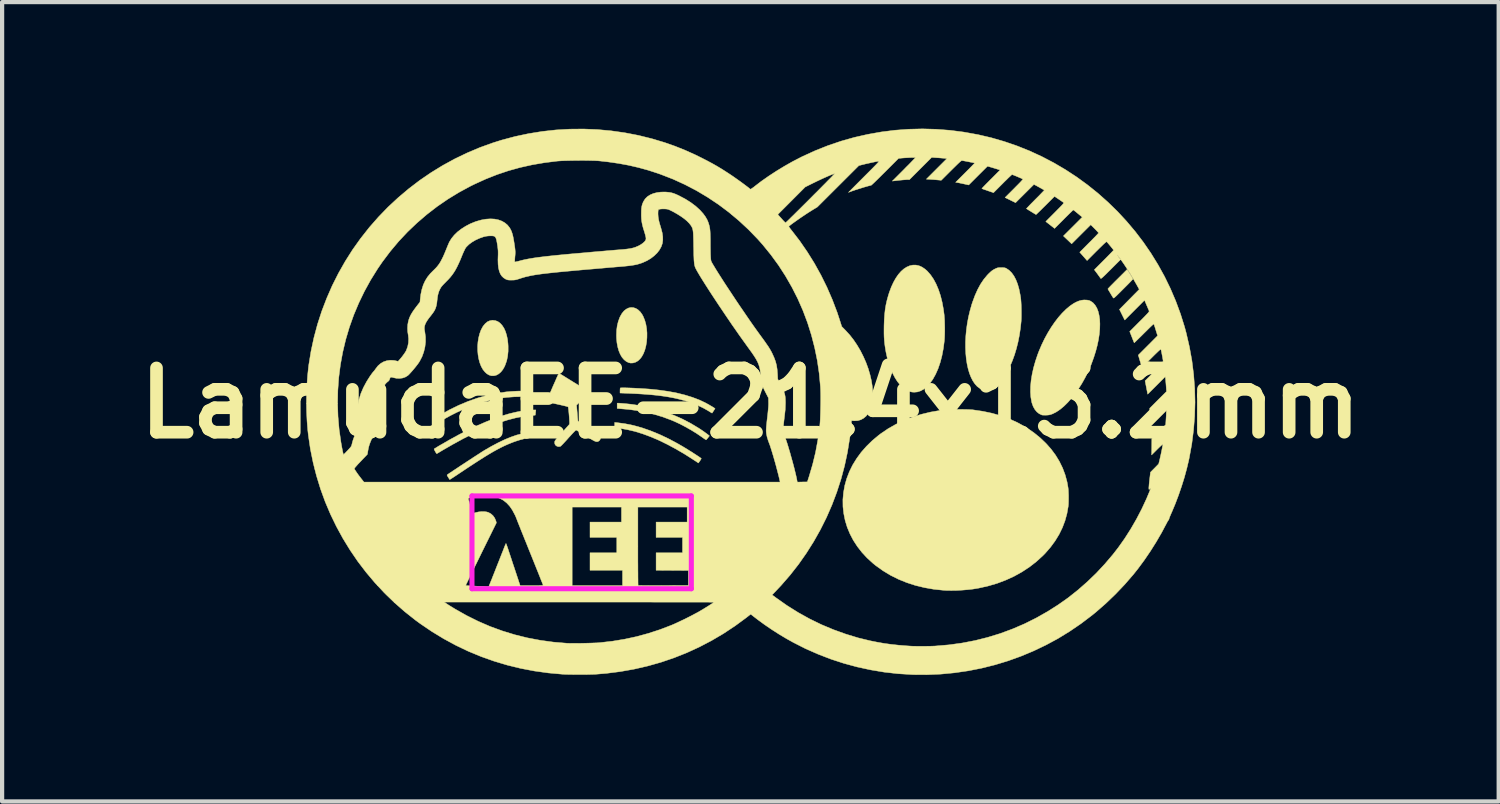
<source format=kicad_pcb>
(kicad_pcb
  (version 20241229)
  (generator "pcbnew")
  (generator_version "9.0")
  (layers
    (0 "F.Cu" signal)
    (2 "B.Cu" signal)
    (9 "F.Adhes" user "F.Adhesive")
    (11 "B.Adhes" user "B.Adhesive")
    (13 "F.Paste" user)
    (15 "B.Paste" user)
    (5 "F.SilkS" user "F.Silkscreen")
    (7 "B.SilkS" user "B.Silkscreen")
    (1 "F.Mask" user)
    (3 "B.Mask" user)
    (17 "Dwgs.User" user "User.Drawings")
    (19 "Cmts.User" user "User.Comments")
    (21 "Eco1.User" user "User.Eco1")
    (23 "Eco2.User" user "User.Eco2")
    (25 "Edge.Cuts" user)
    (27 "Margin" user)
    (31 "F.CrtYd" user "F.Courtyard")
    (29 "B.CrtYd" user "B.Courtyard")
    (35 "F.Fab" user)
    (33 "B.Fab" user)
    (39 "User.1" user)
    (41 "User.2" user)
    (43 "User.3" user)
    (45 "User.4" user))
  (footprint "LamudaEE-21.4x13.2mm"
    (layer "F.Cu")
    (at 14.739 6.507)
    (property "Reference" "LamudaEE-21.4x13.2mm" (at 0 0 0) (layer "F.SilkS") (effects (font (size 1.524 1.524) (thickness 0.3))))
    (attr exclude_from_pos_files exclude_from_bom)
    (fp_poly (pts (xy -3.164 0.462) (xy -2.971 0.488) (xy -2.773 0.528) (xy -2.571 0.584) (xy -2.365 0.656) (xy -2.153 0.743) (xy -1.936 0.846) (xy -1.714 0.965) (xy -1.56 1.055) (xy -1.512 1.084) (xy -1.46 1.117) (xy -1.406 1.15) (xy -1.354 1.184) (xy -1.304 1.216) (xy -1.258 1.246) (xy -1.22 1.271) (xy -1.19 1.292) (xy -1.171 1.306) (xy -1.165 1.311) (xy -1.167 1.321) (xy -1.178 1.34) (xy -1.194 1.365) (xy -1.196 1.368) (xy -1.232 1.419) (xy -1.359 1.335) (xy -1.567 1.203) (xy -1.773 1.083) (xy -1.975 0.975) (xy -2.172 0.879) (xy -2.365 0.797) (xy -2.551 0.728) (xy -2.731 0.672) (xy -2.904 0.631) (xy -3.025 0.609) (xy -3.071 0.603) (xy -3.115 0.598) (xy -3.151 0.594) (xy -3.176 0.593) (xy -3.177 0.593) (xy -3.217 0.593) (xy -3.217 0.457) (xy -3.164 0.462)) (stroke (width 0.01) (type solid)) (fill yes) (layer "F.SilkS"))
    (fp_poly (pts (xy -2.771 -2.264) (xy -2.714 -2.245) (xy -2.66 -2.211) (xy -2.609 -2.162) (xy -2.563 -2.097) (xy -2.54 -2.053) (xy -2.504 -1.965) (xy -2.477 -1.869) (xy -2.46 -1.768) (xy -2.451 -1.663) (xy -2.452 -1.557) (xy -2.46 -1.453) (xy -2.477 -1.353) (xy -2.502 -1.259) (xy -2.535 -1.174) (xy -2.576 -1.1) (xy -2.615 -1.05) (xy -2.665 -1.003) (xy -2.721 -0.971) (xy -2.779 -0.953) (xy -2.838 -0.95) (xy -2.884 -0.96) (xy -2.942 -0.988) (xy -2.995 -1.031) (xy -3.043 -1.087) (xy -3.084 -1.157) (xy -3.118 -1.238) (xy -3.144 -1.329) (xy -3.163 -1.429) (xy -3.173 -1.537) (xy -3.175 -1.607) (xy -3.171 -1.726) (xy -3.157 -1.834) (xy -3.133 -1.932) (xy -3.1 -2.024) (xy -3.085 -2.056) (xy -3.043 -2.129) (xy -2.995 -2.187) (xy -2.942 -2.229) (xy -2.887 -2.256) (xy -2.829 -2.268) (xy -2.771 -2.264)) (stroke (width 0.01) (type solid)) (fill yes) (layer "F.SilkS"))
    (fp_poly (pts (xy 8.968 -3.111) (xy 9.002 -3.057) (xy 9.03 -3.012) (xy 9.05 -2.976) (xy 9.063 -2.952) (xy 9.068 -2.941) (xy 9.062 -2.934) (xy 9.046 -2.916) (xy 9.02 -2.888) (xy 8.986 -2.853) (xy 8.945 -2.811) (xy 8.899 -2.765) (xy 8.848 -2.714) (xy 8.84 -2.706) (xy 8.782 -2.648) (xy 8.735 -2.601) (xy 8.697 -2.564) (xy 8.667 -2.535) (xy 8.645 -2.515) (xy 8.629 -2.501) (xy 8.618 -2.494) (xy 8.611 -2.491) (xy 8.606 -2.492) (xy 8.602 -2.495) (xy 8.6 -2.499) (xy 8.58 -2.53) (xy 8.558 -2.566) (xy 8.536 -2.603) (xy 8.515 -2.639) (xy 8.496 -2.67) (xy 8.483 -2.693) (xy 8.476 -2.707) (xy 8.475 -2.708) (xy 8.481 -2.715) (xy 8.497 -2.733) (xy 8.523 -2.76) (xy 8.557 -2.795) (xy 8.598 -2.836) (xy 8.644 -2.883) (xy 8.695 -2.933) (xy 8.703 -2.941) (xy 8.931 -3.169) (xy 8.968 -3.111)) (stroke (width 0.01) (type solid)) (fill yes) (layer "F.SilkS"))
    (fp_poly (pts (xy -6.042 -1.956) (xy -5.984 -1.933) (xy -5.931 -1.894) (xy -5.884 -1.842) (xy -5.842 -1.778) (xy -5.807 -1.701) (xy -5.779 -1.612) (xy -5.758 -1.514) (xy -5.746 -1.407) (xy -5.743 -1.355) (xy -5.743 -1.228) (xy -5.755 -1.112) (xy -5.777 -1.005) (xy -5.812 -0.906) (xy -5.828 -0.868) (xy -5.868 -0.797) (xy -5.914 -0.739) (xy -5.966 -0.694) (xy -6.02 -0.664) (xy -6.078 -0.649) (xy -6.137 -0.649) (xy -6.147 -0.651) (xy -6.199 -0.668) (xy -6.248 -0.698) (xy -6.291 -0.737) (xy -6.34 -0.797) (xy -6.381 -0.87) (xy -6.414 -0.954) (xy -6.439 -1.046) (xy -6.456 -1.144) (xy -6.465 -1.246) (xy -6.466 -1.349) (xy -6.458 -1.452) (xy -6.442 -1.551) (xy -6.418 -1.646) (xy -6.386 -1.733) (xy -6.345 -1.81) (xy -6.33 -1.832) (xy -6.283 -1.888) (xy -6.233 -1.929) (xy -6.179 -1.953) (xy -6.119 -1.964) (xy -6.104 -1.964) (xy -6.042 -1.956)) (stroke (width 0.01) (type solid)) (fill yes) (layer "F.SilkS"))
    (fp_poly (pts (xy -5.304 -0.285) (xy -5.29 -0.284) (xy -5.19 -0.278) (xy -5.19 -0.226) (xy -5.191 -0.197) (xy -5.194 -0.174) (xy -5.197 -0.164) (xy -5.206 -0.161) (xy -5.23 -0.158) (xy -5.269 -0.156) (xy -5.324 -0.155) (xy -5.396 -0.155) (xy -5.41 -0.155) (xy -5.598 -0.15) (xy -5.776 -0.137) (xy -5.949 -0.114) (xy -6.122 -0.08) (xy -6.3 -0.035) (xy -6.409 -0.003) (xy -6.543 0.042) (xy -6.684 0.096) (xy -6.829 0.158) (xy -6.973 0.225) (xy -7.111 0.295) (xy -7.24 0.366) (xy -7.241 0.367) (xy -7.349 0.43) (xy -7.383 0.374) (xy -7.416 0.319) (xy -7.351 0.279) (xy -7.136 0.159) (xy -6.916 0.052) (xy -6.693 -0.042) (xy -6.467 -0.121) (xy -6.24 -0.185) (xy -6.013 -0.234) (xy -5.789 -0.267) (xy -5.752 -0.27) (xy -5.681 -0.276) (xy -5.602 -0.281) (xy -5.52 -0.285) (xy -5.44 -0.286) (xy -5.367 -0.286) (xy -5.304 -0.285)) (stroke (width 0.01) (type solid)) (fill yes) (layer "F.SilkS"))
    (fp_poly (pts (xy -3.131 0.000088) (xy -3.103 0.001) (xy -3.063 0.004) (xy -3.013 0.008) (xy -2.957 0.013) (xy -2.899 0.019) (xy -2.842 0.025) (xy -2.794 0.031) (xy -2.55 0.069) (xy -2.31 0.122) (xy -2.075 0.191) (xy -1.846 0.274) (xy -1.625 0.37) (xy -1.412 0.481) (xy -1.208 0.604) (xy -1.121 0.663) (xy -1.084 0.689) (xy -1.049 0.715) (xy -1.02 0.736) (xy -1.001 0.751) (xy -1 0.752) (xy -0.971 0.776) (xy -1.007 0.822) (xy -1.026 0.845) (xy -1.041 0.862) (xy -1.049 0.87) (xy -1.049 0.87) (xy -1.057 0.866) (xy -1.077 0.854) (xy -1.105 0.835) (xy -1.139 0.811) (xy -1.16 0.796) (xy -1.279 0.715) (xy -1.41 0.635) (xy -1.547 0.558) (xy -1.686 0.486) (xy -1.822 0.424) (xy -1.88 0.4) (xy -2.07 0.329) (xy -2.271 0.268) (xy -2.477 0.217) (xy -2.684 0.177) (xy -2.888 0.149) (xy -2.993 0.14) (xy -3.034 0.137) (xy -3.075 0.133) (xy -3.109 0.13) (xy -3.109 0.13) (xy -3.158 0.125) (xy -3.158 0) (xy -3.131 0.000088)) (stroke (width 0.01) (type solid)) (fill yes) (layer "F.SilkS"))
    (fp_poly (pts (xy -2.961 -0.363) (xy -2.903 -0.361) (xy -2.837 -0.359) (xy -2.766 -0.356) (xy -2.691 -0.352) (xy -2.614 -0.348) (xy -2.537 -0.343) (xy -2.463 -0.338) (xy -2.413 -0.335) (xy -2.176 -0.311) (xy -1.954 -0.28) (xy -1.746 -0.241) (xy -1.552 -0.193) (xy -1.372 -0.137) (xy -1.204 -0.073) (xy -1.05 0.001) (xy -0.908 0.082) (xy -0.899 0.088) (xy -0.837 0.128) (xy -0.852 0.151) (xy -0.878 0.191) (xy -0.897 0.219) (xy -0.907 0.234) (xy -0.909 0.237) (xy -0.916 0.232) (xy -0.935 0.221) (xy -0.961 0.205) (xy -0.978 0.194) (xy -1.101 0.123) (xy -1.238 0.057) (xy -1.384 -0.002) (xy -1.535 -0.053) (xy -1.568 -0.062) (xy -1.684 -0.093) (xy -1.805 -0.121) (xy -1.932 -0.145) (xy -2.066 -0.166) (xy -2.209 -0.185) (xy -2.363 -0.2) (xy -2.529 -0.213) (xy -2.708 -0.224) (xy -2.903 -0.233) (xy -2.932 -0.234) (xy -3.09 -0.24) (xy -3.09 -0.295) (xy -3.089 -0.325) (xy -3.087 -0.349) (xy -3.084 -0.36) (xy -3.074 -0.362) (xy -3.049 -0.363) (xy -3.011 -0.364) (xy -2.961 -0.363)) (stroke (width 0.01) (type solid)) (fill yes) (layer "F.SilkS"))
    (fp_poly (pts (xy -5.092 0.222) (xy -5.095 0.252) (xy -5.097 0.274) (xy -5.099 0.284) (xy -5.099 0.284) (xy -5.108 0.285) (xy -5.13 0.288) (xy -5.164 0.291) (xy -5.204 0.294) (xy -5.221 0.295) (xy -5.387 0.315) (xy -5.563 0.349) (xy -5.748 0.397) (xy -5.942 0.458) (xy -6.145 0.534) (xy -6.358 0.623) (xy -6.581 0.727) (xy -6.812 0.844) (xy -7.053 0.976) (xy -7.303 1.12) (xy -7.344 1.145) (xy -7.381 1.167) (xy -7.409 1.184) (xy -7.428 1.195) (xy -7.434 1.199) (xy -7.441 1.193) (xy -7.453 1.176) (xy -7.468 1.152) (xy -7.471 1.146) (xy -7.486 1.119) (xy -7.495 1.097) (xy -7.497 1.085) (xy -7.496 1.084) (xy -7.487 1.078) (xy -7.465 1.065) (xy -7.434 1.046) (xy -7.396 1.022) (xy -7.353 0.997) (xy -7.122 0.864) (xy -6.897 0.741) (xy -6.678 0.63) (xy -6.468 0.53) (xy -6.265 0.442) (xy -6.071 0.365) (xy -5.885 0.301) (xy -5.71 0.249) (xy -5.544 0.21) (xy -5.464 0.195) (xy -5.389 0.184) (xy -5.315 0.174) (xy -5.244 0.167) (xy -5.181 0.162) (xy -5.137 0.161) (xy -5.086 0.161) (xy -5.092 0.222)) (stroke (width 0.01) (type solid)) (fill yes) (layer "F.SilkS"))
    (fp_poly (pts (xy -5.004 0.731) (xy -5.004 0.764) (xy -5.006 0.783) (xy -5.01 0.793) (xy -5.017 0.796) (xy -5.023 0.796) (xy -5.12 0.802) (xy -5.227 0.817) (xy -5.339 0.839) (xy -5.452 0.868) (xy -5.52 0.889) (xy -5.6 0.916) (xy -5.678 0.946) (xy -5.756 0.978) (xy -5.836 1.014) (xy -5.918 1.054) (xy -6.003 1.099) (xy -6.094 1.149) (xy -6.191 1.206) (xy -6.296 1.27) (xy -6.41 1.342) (xy -6.534 1.422) (xy -6.67 1.511) (xy -6.726 1.548) (xy -6.795 1.594) (xy -6.861 1.638) (xy -6.921 1.678) (xy -6.975 1.714) (xy -7.022 1.745) (xy -7.058 1.769) (xy -7.084 1.785) (xy -7.097 1.794) (xy -7.128 1.813) (xy -7.162 1.759) (xy -7.179 1.732) (xy -7.188 1.715) (xy -7.19 1.705) (xy -7.185 1.698) (xy -7.182 1.695) (xy -7.165 1.683) (xy -7.136 1.663) (xy -7.095 1.636) (xy -7.046 1.603) (xy -6.988 1.565) (xy -6.925 1.523) (xy -6.858 1.478) (xy -6.787 1.432) (xy -6.716 1.385) (xy -6.645 1.339) (xy -6.577 1.294) (xy -6.512 1.252) (xy -6.453 1.214) (xy -6.401 1.18) (xy -6.358 1.152) (xy -6.325 1.132) (xy -6.308 1.121) (xy -6.138 1.023) (xy -5.977 0.938) (xy -5.825 0.865) (xy -5.679 0.805) (xy -5.538 0.756) (xy -5.402 0.719) (xy -5.269 0.692) (xy -5.139 0.675) (xy -5.097 0.672) (xy -5.004 0.666) (xy -5.004 0.731)) (stroke (width 0.01) (type solid)) (fill yes) (layer "F.SilkS"))
    (fp_poly (pts (xy 7.956 -2.445) (xy 7.998 -2.441) (xy 8.03 -2.434) (xy 8.06 -2.421) (xy 8.068 -2.417) (xy 8.125 -2.377) (xy 8.173 -2.322) (xy 8.213 -2.256) (xy 8.244 -2.177) (xy 8.266 -2.087) (xy 8.281 -1.987) (xy 8.286 -1.878) (xy 8.283 -1.761) (xy 8.272 -1.636) (xy 8.252 -1.505) (xy 8.223 -1.368) (xy 8.186 -1.227) (xy 8.14 -1.082) (xy 8.086 -0.934) (xy 8.072 -0.897) (xy 8.007 -0.749) (xy 7.937 -0.607) (xy 7.861 -0.47) (xy 7.78 -0.342) (xy 7.696 -0.222) (xy 7.61 -0.112) (xy 7.521 -0.013) (xy 7.432 0.074) (xy 7.343 0.148) (xy 7.254 0.208) (xy 7.168 0.252) (xy 7.156 0.257) (xy 7.118 0.27) (xy 7.084 0.279) (xy 7.046 0.283) (xy 7.01 0.285) (xy 6.973 0.285) (xy 6.939 0.284) (xy 6.915 0.282) (xy 6.909 0.28) (xy 6.847 0.251) (xy 6.792 0.208) (xy 6.745 0.151) (xy 6.705 0.081) (xy 6.676 0.000372) (xy 6.669 -0.025) (xy 6.649 -0.138) (xy 6.64 -0.261) (xy 6.642 -0.394) (xy 6.655 -0.535) (xy 6.679 -0.683) (xy 6.713 -0.837) (xy 6.758 -0.995) (xy 6.812 -1.156) (xy 6.843 -1.236) (xy 6.907 -1.386) (xy 6.977 -1.531) (xy 7.053 -1.669) (xy 7.133 -1.8) (xy 7.217 -1.922) (xy 7.304 -2.035) (xy 7.393 -2.136) (xy 7.483 -2.225) (xy 7.573 -2.301) (xy 7.662 -2.362) (xy 7.725 -2.396) (xy 7.79 -2.423) (xy 7.849 -2.439) (xy 7.908 -2.446) (xy 7.956 -2.445)) (stroke (width 0.01) (type solid)) (fill yes) (layer "F.SilkS"))
    (fp_poly (pts (xy 3.925 -3.273) (xy 3.998 -3.257) (xy 4.07 -3.225) (xy 4.141 -3.177) (xy 4.194 -3.13) (xy 4.271 -3.042) (xy 4.341 -2.94) (xy 4.403 -2.824) (xy 4.458 -2.694) (xy 4.506 -2.551) (xy 4.545 -2.396) (xy 4.576 -2.229) (xy 4.594 -2.095) (xy 4.599 -2.033) (xy 4.604 -1.958) (xy 4.606 -1.875) (xy 4.608 -1.788) (xy 4.608 -1.702) (xy 4.606 -1.62) (xy 4.603 -1.545) (xy 4.599 -1.484) (xy 4.598 -1.477) (xy 4.574 -1.293) (xy 4.541 -1.12) (xy 4.499 -0.961) (xy 4.449 -0.815) (xy 4.39 -0.682) (xy 4.324 -0.564) (xy 4.316 -0.553) (xy 4.251 -0.463) (xy 4.182 -0.389) (xy 4.111 -0.332) (xy 4.037 -0.291) (xy 3.961 -0.266) (xy 3.883 -0.259) (xy 3.83 -0.263) (xy 3.757 -0.281) (xy 3.686 -0.316) (xy 3.617 -0.367) (xy 3.551 -0.431) (xy 3.488 -0.509) (xy 3.43 -0.599) (xy 3.376 -0.701) (xy 3.327 -0.813) (xy 3.283 -0.936) (xy 3.246 -1.067) (xy 3.215 -1.207) (xy 3.205 -1.264) (xy 3.192 -1.347) (xy 3.182 -1.424) (xy 3.175 -1.497) (xy 3.17 -1.571) (xy 3.168 -1.65) (xy 3.168 -1.738) (xy 3.169 -1.839) (xy 3.169 -1.84) (xy 3.174 -1.979) (xy 3.183 -2.106) (xy 3.196 -2.223) (xy 3.215 -2.335) (xy 3.24 -2.445) (xy 3.271 -2.556) (xy 3.293 -2.625) (xy 3.34 -2.751) (xy 3.392 -2.864) (xy 3.448 -2.964) (xy 3.508 -3.051) (xy 3.572 -3.124) (xy 3.639 -3.183) (xy 3.709 -3.228) (xy 3.78 -3.258) (xy 3.852 -3.273) (xy 3.925 -3.273)) (stroke (width 0.01) (type solid)) (fill yes) (layer "F.SilkS"))
    (fp_poly (pts (xy 5.947 -3.213) (xy 5.99 -3.212) (xy 6.02 -3.21) (xy 6.042 -3.205) (xy 6.062 -3.197) (xy 6.066 -3.195) (xy 6.133 -3.15) (xy 6.194 -3.09) (xy 6.247 -3.016) (xy 6.294 -2.927) (xy 6.335 -2.823) (xy 6.369 -2.704) (xy 6.396 -2.569) (xy 6.406 -2.511) (xy 6.412 -2.46) (xy 6.417 -2.395) (xy 6.421 -2.322) (xy 6.423 -2.243) (xy 6.424 -2.162) (xy 6.424 -2.084) (xy 6.423 -2.011) (xy 6.42 -1.949) (xy 6.419 -1.935) (xy 6.401 -1.767) (xy 6.376 -1.603) (xy 6.344 -1.444) (xy 6.306 -1.292) (xy 6.262 -1.146) (xy 6.212 -1.009) (xy 6.158 -0.881) (xy 6.099 -0.763) (xy 6.036 -0.657) (xy 5.97 -0.562) (xy 5.9 -0.481) (xy 5.828 -0.415) (xy 5.753 -0.364) (xy 5.719 -0.346) (xy 5.682 -0.33) (xy 5.65 -0.321) (xy 5.613 -0.317) (xy 5.593 -0.316) (xy 5.557 -0.316) (xy 5.527 -0.317) (xy 5.506 -0.32) (xy 5.503 -0.321) (xy 5.438 -0.351) (xy 5.377 -0.396) (xy 5.323 -0.456) (xy 5.274 -0.528) (xy 5.231 -0.613) (xy 5.193 -0.708) (xy 5.162 -0.814) (xy 5.137 -0.928) (xy 5.118 -1.05) (xy 5.106 -1.18) (xy 5.1 -1.315) (xy 5.1 -1.455) (xy 5.108 -1.599) (xy 5.122 -1.746) (xy 5.143 -1.895) (xy 5.171 -2.045) (xy 5.207 -2.194) (xy 5.249 -2.343) (xy 5.267 -2.396) (xy 5.325 -2.553) (xy 5.388 -2.694) (xy 5.457 -2.821) (xy 5.532 -2.933) (xy 5.613 -3.031) (xy 5.642 -3.062) (xy 5.682 -3.1) (xy 5.714 -3.129) (xy 5.743 -3.15) (xy 5.772 -3.168) (xy 5.795 -3.18) (xy 5.827 -3.195) (xy 5.851 -3.205) (xy 5.874 -3.21) (xy 5.902 -3.213) (xy 5.939 -3.213) (xy 5.947 -3.213)) (stroke (width 0.01) (type solid)) (fill yes) (layer "F.SilkS"))
    (fp_poly (pts (xy 5.012 0.149) (xy 5.089 0.15) (xy 5.16 0.152) (xy 5.221 0.155) (xy 5.269 0.158) (xy 5.279 0.159) (xy 5.507 0.193) (xy 5.727 0.239) (xy 5.937 0.299) (xy 6.138 0.373) (xy 6.328 0.459) (xy 6.508 0.558) (xy 6.559 0.589) (xy 6.722 0.702) (xy 6.872 0.824) (xy 7.007 0.953) (xy 7.128 1.089) (xy 7.235 1.233) (xy 7.326 1.383) (xy 7.402 1.539) (xy 7.463 1.702) (xy 7.508 1.87) (xy 7.531 2) (xy 7.537 2.051) (xy 7.54 2.114) (xy 7.543 2.185) (xy 7.543 2.258) (xy 7.542 2.329) (xy 7.54 2.393) (xy 7.535 2.445) (xy 7.535 2.447) (xy 7.505 2.619) (xy 7.459 2.787) (xy 7.397 2.951) (xy 7.319 3.111) (xy 7.225 3.265) (xy 7.116 3.414) (xy 6.992 3.557) (xy 6.935 3.615) (xy 6.781 3.756) (xy 6.616 3.884) (xy 6.44 4) (xy 6.253 4.104) (xy 6.057 4.194) (xy 5.851 4.272) (xy 5.636 4.335) (xy 5.414 4.385) (xy 5.392 4.389) (xy 5.277 4.408) (xy 5.152 4.422) (xy 5.021 4.433) (xy 4.89 4.44) (xy 4.762 4.442) (xy 4.643 4.44) (xy 4.576 4.436) (xy 4.347 4.412) (xy 4.125 4.373) (xy 3.911 4.321) (xy 3.705 4.254) (xy 3.508 4.174) (xy 3.32 4.08) (xy 3.142 3.972) (xy 2.974 3.852) (xy 2.904 3.795) (xy 2.767 3.67) (xy 2.644 3.537) (xy 2.535 3.397) (xy 2.44 3.251) (xy 2.361 3.099) (xy 2.296 2.943) (xy 2.247 2.783) (xy 2.214 2.62) (xy 2.195 2.455) (xy 2.193 2.287) (xy 2.208 2.119) (xy 2.238 1.951) (xy 2.283 1.791) (xy 2.346 1.626) (xy 2.424 1.467) (xy 2.519 1.313) (xy 2.628 1.164) (xy 2.752 1.023) (xy 2.89 0.888) (xy 3.042 0.761) (xy 3.088 0.726) (xy 3.26 0.609) (xy 3.444 0.504) (xy 3.637 0.411) (xy 3.84 0.331) (xy 4.051 0.265) (xy 4.27 0.212) (xy 4.496 0.173) (xy 4.602 0.159) (xy 4.648 0.156) (xy 4.707 0.153) (xy 4.776 0.15) (xy 4.852 0.149) (xy 4.932 0.149) (xy 5.012 0.149)) (stroke (width 0.01) (type solid)) (fill yes) (layer "F.SilkS"))
    (fp_poly (pts (xy -4.529 -0.704) (xy -4.508 -0.692) (xy -4.475 -0.671) (xy -4.432 -0.645) (xy -4.381 -0.613) (xy -4.321 -0.576) (xy -4.256 -0.536) (xy -4.186 -0.492) (xy -4.17 -0.483) (xy -3.809 -0.258) (xy -3.965 -0.106) (xy -4.121 0.047) (xy -4.105 0.236) (xy -4.101 0.291) (xy -4.097 0.339) (xy -4.093 0.38) (xy -4.09 0.409) (xy -4.088 0.425) (xy -4.087 0.427) (xy -4.08 0.432) (xy -4.06 0.445) (xy -4.028 0.464) (xy -3.988 0.489) (xy -3.939 0.519) (xy -3.884 0.553) (xy -3.835 0.583) (xy -3.776 0.62) (xy -3.721 0.655) (xy -3.672 0.686) (xy -3.631 0.713) (xy -3.599 0.734) (xy -3.578 0.749) (xy -3.571 0.755) (xy -3.555 0.785) (xy -3.551 0.821) (xy -3.559 0.856) (xy -3.578 0.886) (xy -3.599 0.902) (xy -3.614 0.909) (xy -3.629 0.914) (xy -3.645 0.914) (xy -3.664 0.91) (xy -3.687 0.902) (xy -3.717 0.887) (xy -3.755 0.866) (xy -3.803 0.837) (xy -3.862 0.801) (xy -3.899 0.778) (xy -3.954 0.743) (xy -4.005 0.712) (xy -4.05 0.685) (xy -4.087 0.663) (xy -4.114 0.647) (xy -4.129 0.639) (xy -4.132 0.638) (xy -4.141 0.644) (xy -4.16 0.661) (xy -4.188 0.689) (xy -4.225 0.728) (xy -4.268 0.775) (xy -4.314 0.825) (xy -4.357 0.874) (xy -4.398 0.918) (xy -4.434 0.957) (xy -4.464 0.988) (xy -4.487 1.011) (xy -4.5 1.023) (xy -4.502 1.024) (xy -4.54 1.032) (xy -4.579 1.024) (xy -4.595 1.016) (xy -4.622 0.994) (xy -4.636 0.967) (xy -4.64 0.933) (xy -4.64 0.922) (xy -4.638 0.912) (xy -4.635 0.901) (xy -4.628 0.889) (xy -4.617 0.873) (xy -4.601 0.852) (xy -4.577 0.824) (xy -4.546 0.789) (xy -4.506 0.744) (xy -4.455 0.688) (xy -4.454 0.686) (xy -4.413 0.641) (xy -4.376 0.599) (xy -4.344 0.563) (xy -4.318 0.534) (xy -4.301 0.515) (xy -4.294 0.506) (xy -4.29 0.499) (xy -4.288 0.487) (xy -4.287 0.468) (xy -4.288 0.44) (xy -4.29 0.401) (xy -4.293 0.349) (xy -4.297 0.295) (xy -4.302 0.236) (xy -4.307 0.184) (xy -4.312 0.141) (xy -4.316 0.11) (xy -4.32 0.091) (xy -4.321 0.088) (xy -4.332 0.084) (xy -4.357 0.077) (xy -4.394 0.067) (xy -4.441 0.056) (xy -4.496 0.043) (xy -4.557 0.03) (xy -4.576 0.025) (xy -4.639 0.012) (xy -4.695 -0.001) (xy -4.745 -0.012) (xy -4.785 -0.022) (xy -4.813 -0.029) (xy -4.827 -0.033) (xy -4.829 -0.034) (xy -4.827 -0.043) (xy -4.819 -0.065) (xy -4.806 -0.099) (xy -4.788 -0.142) (xy -4.767 -0.193) (xy -4.743 -0.25) (xy -4.718 -0.31) (xy -4.691 -0.373) (xy -4.664 -0.435) (xy -4.637 -0.495) (xy -4.612 -0.552) (xy -4.59 -0.603) (xy -4.57 -0.646) (xy -4.554 -0.679) (xy -4.543 -0.701) (xy -4.538 -0.709) (xy -4.537 -0.709) (xy -4.529 -0.704)) (stroke (width 0.01) (type solid)) (fill yes) (layer "F.SilkS"))
    (fp_poly (pts (xy 4.406 -6.493) (xy 4.733 -6.468) (xy 5.06 -6.426) (xy 5.386 -6.367) (xy 5.393 -6.366) (xy 5.71 -6.292) (xy 6.02 -6.202) (xy 6.325 -6.097) (xy 6.622 -5.978) (xy 6.912 -5.844) (xy 7.195 -5.696) (xy 7.469 -5.535) (xy 7.735 -5.361) (xy 7.992 -5.174) (xy 8.239 -4.976) (xy 8.476 -4.765) (xy 8.703 -4.544) (xy 8.919 -4.311) (xy 9.123 -4.069) (xy 9.316 -3.816) (xy 9.496 -3.554) (xy 9.663 -3.283) (xy 9.818 -3.003) (xy 9.958 -2.715) (xy 10.084 -2.42) (xy 10.196 -2.117) (xy 10.293 -1.808) (xy 10.333 -1.659) (xy 10.408 -1.334) (xy 10.467 -1.008) (xy 10.508 -0.68) (xy 10.533 -0.351) (xy 10.541 -0.022) (xy 10.532 0.308) (xy 10.506 0.638) (xy 10.464 0.968) (xy 10.404 1.297) (xy 10.393 1.35) (xy 10.345 1.552) (xy 10.288 1.762) (xy 10.222 1.973) (xy 10.15 2.183) (xy 10.073 2.386) (xy 9.993 2.577) (xy 9.981 2.603) (xy 9.963 2.645) (xy 9.946 2.684) (xy 9.934 2.716) (xy 9.927 2.737) (xy 9.926 2.741) (xy 9.92 2.762) (xy 9.911 2.775) (xy 9.91 2.775) (xy 9.902 2.785) (xy 9.889 2.806) (xy 9.873 2.836) (xy 9.864 2.853) (xy 9.748 3.072) (xy 9.62 3.292) (xy 9.482 3.511) (xy 9.337 3.724) (xy 9.187 3.927) (xy 9.081 4.06) (xy 8.875 4.298) (xy 8.656 4.528) (xy 8.426 4.749) (xy 8.189 4.956) (xy 8.099 5.029) (xy 7.838 5.227) (xy 7.568 5.411) (xy 7.291 5.581) (xy 7.005 5.735) (xy 6.712 5.875) (xy 6.413 6) (xy 6.108 6.11) (xy 5.798 6.204) (xy 5.482 6.283) (xy 5.163 6.346) (xy 4.84 6.393) (xy 4.515 6.424) (xy 4.187 6.438) (xy 3.857 6.436) (xy 3.823 6.434) (xy 3.496 6.414) (xy 3.172 6.377) (xy 2.85 6.323) (xy 2.531 6.254) (xy 2.217 6.169) (xy 1.907 6.068) (xy 1.604 5.951) (xy 1.306 5.82) (xy 1.017 5.673) (xy 0.864 5.588) (xy 0.686 5.482) (xy 0.508 5.368) (xy 0.335 5.25) (xy 0.171 5.13) (xy 0.066 5.049) (xy 0.008 5.003) (xy -0.099 5.087) (xy -0.366 5.283) (xy -0.64 5.464) (xy -0.922 5.63) (xy -1.211 5.781) (xy -1.507 5.917) (xy -1.811 6.038) (xy -2.12 6.143) (xy -2.435 6.232) (xy -2.756 6.306) (xy -3.083 6.364) (xy -3.414 6.406) (xy -3.653 6.426) (xy -3.71 6.429) (xy -3.78 6.431) (xy -3.86 6.433) (xy -3.948 6.434) (xy -4.039 6.434) (xy -4.131 6.434) (xy -4.221 6.433) (xy -4.304 6.432) (xy -4.379 6.43) (xy -4.441 6.427) (xy -4.458 6.426) (xy -4.792 6.396) (xy -5.121 6.35) (xy -5.446 6.288) (xy -5.765 6.21) (xy -6.079 6.116) (xy -6.386 6.007) (xy -6.688 5.882) (xy -6.983 5.741) (xy -7.271 5.585) (xy -7.552 5.414) (xy -7.826 5.228) (xy -7.938 5.146) (xy -8.197 4.941) (xy -8.444 4.724) (xy -8.452 4.716) (xy -7.26 4.716) (xy -7.192 4.761) (xy -7.161 4.782) (xy -7.119 4.808) (xy -7.072 4.837) (xy -7.023 4.867) (xy -6.997 4.883) (xy -6.726 5.036) (xy -6.45 5.173) (xy -6.168 5.295) (xy -5.88 5.4) (xy -5.587 5.49) (xy -5.288 5.564) (xy -4.982 5.622) (xy -4.67 5.665) (xy -4.351 5.692) (xy -4.335 5.693) (xy -4.295 5.694) (xy -4.241 5.695) (xy -4.176 5.695) (xy -4.103 5.695) (xy -4.024 5.694) (xy -3.942 5.692) (xy -3.861 5.69) (xy -3.782 5.688) (xy -3.71 5.685) (xy -3.646 5.683) (xy -3.594 5.68) (xy -3.564 5.677) (xy -3.266 5.643) (xy -2.977 5.595) (xy -2.695 5.534) (xy -2.418 5.458) (xy -2.144 5.369) (xy -1.87 5.264) (xy -1.865 5.262) (xy -1.802 5.235) (xy -1.728 5.201) (xy -1.646 5.162) (xy -1.559 5.121) (xy -1.472 5.077) (xy -1.387 5.034) (xy -1.309 4.992) (xy -1.239 4.955) (xy -1.21 4.938) (xy -1.167 4.913) (xy -1.12 4.885) (xy -1.072 4.855) (xy -1.024 4.826) (xy -0.978 4.797) (xy -0.938 4.771) (xy -0.904 4.749) (xy -0.879 4.732) (xy -0.865 4.722) (xy -0.864 4.719) (xy -0.872 4.719) (xy -0.897 4.719) (xy -0.937 4.719) (xy -0.993 4.718) (xy -1.063 4.718) (xy -1.147 4.718) (xy -1.245 4.718) (xy -1.356 4.718) (xy -1.479 4.717) (xy -1.613 4.717) (xy -1.759 4.717) (xy -1.915 4.717) (xy -2.081 4.717) (xy -2.256 4.717) (xy -2.441 4.716) (xy -2.633 4.716) (xy -2.833 4.716) (xy -3.04 4.716) (xy -3.253 4.716) (xy -3.473 4.716) (xy -3.697 4.716) (xy -3.926 4.716) (xy -4.062 4.716) (xy -7.26 4.716) (xy -8.452 4.716) (xy -8.628 4.546) (xy 0.515 4.546) (xy 0.611 4.617) (xy 0.867 4.797) (xy 1.132 4.963) (xy 1.404 5.114) (xy 1.683 5.25) (xy 1.969 5.37) (xy 2.261 5.475) (xy 2.557 5.565) (xy 2.841 5.634) (xy 3.006 5.667) (xy 3.171 5.696) (xy 3.339 5.719) (xy 3.514 5.738) (xy 3.699 5.753) (xy 3.806 5.76) (xy 3.849 5.762) (xy 3.906 5.763) (xy 3.972 5.764) (xy 4.045 5.764) (xy 4.121 5.764) (xy 4.196 5.763) (xy 4.267 5.762) (xy 4.33 5.76) (xy 4.382 5.758) (xy 4.39 5.757) (xy 4.707 5.73) (xy 5.019 5.687) (xy 5.326 5.628) (xy 5.628 5.552) (xy 5.925 5.461) (xy 6.216 5.353) (xy 6.502 5.23) (xy 6.782 5.09) (xy 7.055 4.935) (xy 7.294 4.783) (xy 7.531 4.616) (xy 7.762 4.433) (xy 7.986 4.237) (xy 8.201 4.03) (xy 8.404 3.812) (xy 8.596 3.586) (xy 8.721 3.425) (xy 8.873 3.21) (xy 9.018 2.983) (xy 9.154 2.747) (xy 9.279 2.507) (xy 9.391 2.266) (xy 9.449 2.127) (xy 9.465 2.088) (xy 9.478 2.055) (xy 9.487 2.031) (xy 9.491 2.018) (xy 9.491 2.018) (xy 9.486 2.019) (xy 9.473 2.029) (xy 9.471 2.031) (xy 9.451 2.05) (xy 9.447 2.027) (xy 9.446 2.012) (xy 9.448 1.983) (xy 9.451 1.943) (xy 9.455 1.894) (xy 9.461 1.84) (xy 9.463 1.821) (xy 9.485 1.638) (xy 9.582 1.54) (xy 9.679 1.441) (xy 9.7 1.358) (xy 9.709 1.319) (xy 9.719 1.272) (xy 9.731 1.221) (xy 9.742 1.168) (xy 9.753 1.116) (xy 9.762 1.068) (xy 9.77 1.027) (xy 9.776 0.996) (xy 9.779 0.978) (xy 9.779 0.975) (xy 9.773 0.977) (xy 9.757 0.989) (xy 9.732 1.011) (xy 9.7 1.041) (xy 9.661 1.079) (xy 9.646 1.094) (xy 9.512 1.228) (xy 9.515 1.035) (xy 9.517 0.842) (xy 9.681 0.677) (xy 9.845 0.512) (xy 9.85 0.438) (xy 9.852 0.401) (xy 9.855 0.354) (xy 9.858 0.3) (xy 9.86 0.247) (xy 9.86 0.235) (xy 9.866 0.106) (xy 9.683 0.287) (xy 9.501 0.468) (xy 9.496 0.422) (xy 9.494 0.397) (xy 9.49 0.36) (xy 9.485 0.315) (xy 9.48 0.266) (xy 9.479 0.25) (xy 9.466 0.123) (xy 9.665 -0.077) (xy 9.865 -0.276) (xy 9.855 -0.42) (xy 9.851 -0.47) (xy 9.847 -0.516) (xy 9.844 -0.555) (xy 9.841 -0.584) (xy 9.839 -0.595) (xy 9.834 -0.627) (xy 9.627 -0.419) (xy 9.419 -0.212) (xy 9.388 -0.37) (xy 9.357 -0.529) (xy 9.574 -0.746) (xy 9.79 -0.963) (xy 9.784 -1.009) (xy 9.78 -1.034) (xy 9.774 -1.069) (xy 9.766 -1.111) (xy 9.758 -1.154) (xy 9.75 -1.197) (xy 9.742 -1.234) (xy 9.736 -1.262) (xy 9.732 -1.278) (xy 9.732 -1.278) (xy 9.725 -1.276) (xy 9.706 -1.262) (xy 9.676 -1.235) (xy 9.635 -1.196) (xy 9.582 -1.145) (xy 9.518 -1.081) (xy 9.504 -1.067) (xy 9.446 -1.009) (xy 9.4 -0.963) (xy 9.363 -0.926) (xy 9.334 -0.899) (xy 9.313 -0.879) (xy 9.297 -0.867) (xy 9.287 -0.86) (xy 9.281 -0.858) (xy 9.277 -0.861) (xy 9.275 -0.866) (xy 9.275 -0.868) (xy 9.27 -0.885) (xy 9.262 -0.915) (xy 9.251 -0.953) (xy 9.238 -0.997) (xy 9.232 -1.016) (xy 9.196 -1.139) (xy 9.425 -1.368) (xy 9.654 -1.598) (xy 9.611 -1.735) (xy 9.597 -1.781) (xy 9.584 -1.821) (xy 9.574 -1.852) (xy 9.566 -1.872) (xy 9.563 -1.878) (xy 9.557 -1.873) (xy 9.539 -1.858) (xy 9.512 -1.833) (xy 9.477 -1.8) (xy 9.436 -1.76) (xy 9.39 -1.714) (xy 9.339 -1.664) (xy 9.33 -1.655) (xy 9.279 -1.604) (xy 9.232 -1.558) (xy 9.19 -1.517) (xy 9.154 -1.482) (xy 9.127 -1.455) (xy 9.108 -1.438) (xy 9.1 -1.431) (xy 9.099 -1.431) (xy 9.095 -1.44) (xy 9.086 -1.462) (xy 9.073 -1.494) (xy 9.057 -1.534) (xy 9.045 -1.566) (xy 8.993 -1.698) (xy 9.226 -1.932) (xy 9.288 -1.993) (xy 9.338 -2.044) (xy 9.377 -2.085) (xy 9.408 -2.117) (xy 9.43 -2.142) (xy 9.444 -2.16) (xy 9.452 -2.172) (xy 9.454 -2.18) (xy 9.454 -2.181) (xy 9.449 -2.194) (xy 9.438 -2.22) (xy 9.423 -2.255) (xy 9.406 -2.296) (xy 9.396 -2.318) (xy 9.344 -2.44) (xy 9.109 -2.205) (xy 8.875 -1.97) (xy 8.812 -2.096) (xy 8.75 -2.222) (xy 9.219 -2.697) (xy 9.158 -2.807) (xy 9.081 -2.941) (xy 9.006 -3.067) (xy 8.926 -3.192) (xy 8.895 -3.239) (xy 8.862 -3.289) (xy 8.828 -3.338) (xy 8.795 -3.385) (xy 8.764 -3.428) (xy 8.738 -3.464) (xy 8.717 -3.492) (xy 8.703 -3.509) (xy 8.698 -3.514) (xy 8.7 -3.507) (xy 8.711 -3.491) (xy 8.727 -3.466) (xy 8.734 -3.458) (xy 8.774 -3.402) (xy 8.544 -3.172) (xy 8.484 -3.113) (xy 8.435 -3.064) (xy 8.396 -3.026) (xy 8.365 -2.997) (xy 8.343 -2.977) (xy 8.326 -2.963) (xy 8.315 -2.956) (xy 8.308 -2.954) (xy 8.305 -2.957) (xy 8.297 -2.968) (xy 8.281 -2.991) (xy 8.259 -3.021) (xy 8.234 -3.056) (xy 8.226 -3.067) (xy 8.154 -3.162) (xy 8.382 -3.391) (xy 8.433 -3.442) (xy 8.48 -3.49) (xy 8.522 -3.533) (xy 8.557 -3.569) (xy 8.585 -3.598) (xy 8.603 -3.617) (xy 8.61 -3.626) (xy 8.611 -3.627) (xy 8.605 -3.635) (xy 8.592 -3.654) (xy 8.571 -3.68) (xy 8.547 -3.71) (xy 8.521 -3.741) (xy 8.496 -3.771) (xy 8.473 -3.798) (xy 8.456 -3.817) (xy 8.448 -3.825) (xy 8.442 -3.825) (xy 8.432 -3.82) (xy 8.417 -3.808) (xy 8.395 -3.789) (xy 8.365 -3.761) (xy 8.327 -3.724) (xy 8.279 -3.677) (xy 8.221 -3.619) (xy 8.209 -3.608) (xy 7.982 -3.38) (xy 7.895 -3.479) (xy 7.808 -3.577) (xy 8.031 -3.802) (xy 8.082 -3.852) (xy 8.128 -3.9) (xy 8.17 -3.942) (xy 8.204 -3.978) (xy 8.231 -4.006) (xy 8.248 -4.026) (xy 8.255 -4.034) (xy 8.255 -4.035) (xy 8.249 -4.043) (xy 8.234 -4.061) (xy 8.21 -4.087) (xy 8.18 -4.118) (xy 8.162 -4.136) (xy 8.069 -4.229) (xy 7.842 -4.003) (xy 7.616 -3.777) (xy 7.519 -3.87) (xy 7.421 -3.963) (xy 7.645 -4.186) (xy 7.868 -4.409) (xy 7.764 -4.495) (xy 7.729 -4.524) (xy 7.698 -4.549) (xy 7.674 -4.568) (xy 7.659 -4.579) (xy 7.655 -4.58) (xy 7.648 -4.575) (xy 7.63 -4.558) (xy 7.604 -4.532) (xy 7.569 -4.499) (xy 7.528 -4.458) (xy 7.481 -4.412) (xy 7.431 -4.362) (xy 7.431 -4.361) (xy 7.212 -4.142) (xy 7.107 -4.224) (xy 7.003 -4.305) (xy 7.22 -4.523) (xy 7.277 -4.581) (xy 7.323 -4.627) (xy 7.36 -4.665) (xy 7.387 -4.693) (xy 7.406 -4.715) (xy 7.419 -4.731) (xy 7.425 -4.741) (xy 7.427 -4.749) (xy 7.425 -4.753) (xy 7.425 -4.753) (xy 7.414 -4.762) (xy 7.391 -4.779) (xy 7.361 -4.8) (xy 7.324 -4.825) (xy 7.311 -4.834) (xy 7.21 -4.902) (xy 6.994 -4.686) (xy 6.944 -4.637) (xy 6.898 -4.591) (xy 6.857 -4.551) (xy 6.823 -4.518) (xy 6.796 -4.492) (xy 6.779 -4.476) (xy 6.772 -4.47) (xy 6.764 -4.475) (xy 6.745 -4.486) (xy 6.717 -4.503) (xy 6.684 -4.523) (xy 6.649 -4.545) (xy 6.614 -4.566) (xy 6.584 -4.585) (xy 6.561 -4.6) (xy 6.547 -4.609) (xy 6.545 -4.611) (xy 6.55 -4.618) (xy 6.566 -4.635) (xy 6.591 -4.661) (xy 6.624 -4.696) (xy 6.663 -4.736) (xy 6.709 -4.782) (xy 6.756 -4.83) (xy 6.806 -4.88) (xy 6.851 -4.925) (xy 6.89 -4.966) (xy 6.923 -5) (xy 6.948 -5.026) (xy 6.963 -5.043) (xy 6.968 -5.049) (xy 6.958 -5.055) (xy 6.936 -5.068) (xy 6.907 -5.085) (xy 6.872 -5.104) (xy 6.836 -5.124) (xy 6.801 -5.143) (xy 6.784 -5.153) (xy 6.722 -5.185) (xy 6.504 -4.968) (xy 6.287 -4.752) (xy 6.038 -4.874) (xy 6.253 -5.089) (xy 6.302 -5.139) (xy 6.347 -5.184) (xy 6.387 -5.225) (xy 6.419 -5.259) (xy 6.443 -5.286) (xy 6.458 -5.303) (xy 6.462 -5.31) (xy 6.452 -5.315) (xy 6.429 -5.326) (xy 6.398 -5.34) (xy 6.36 -5.356) (xy 6.321 -5.373) (xy 6.282 -5.389) (xy 6.248 -5.402) (xy 6.221 -5.413) (xy 6.206 -5.418) (xy 6.203 -5.419) (xy 6.195 -5.413) (xy 6.176 -5.396) (xy 6.149 -5.371) (xy 6.113 -5.337) (xy 6.072 -5.296) (xy 6.025 -5.251) (xy 5.979 -5.204) (xy 5.764 -4.989) (xy 5.627 -5.036) (xy 5.582 -5.052) (xy 5.543 -5.065) (xy 5.512 -5.076) (xy 5.493 -5.084) (xy 5.487 -5.086) (xy 5.492 -5.092) (xy 5.507 -5.11) (xy 5.532 -5.136) (xy 5.565 -5.17) (xy 5.605 -5.211) (xy 5.651 -5.257) (xy 5.7 -5.307) (xy 5.702 -5.308) (xy 5.92 -5.527) (xy 5.824 -5.557) (xy 5.78 -5.57) (xy 5.735 -5.584) (xy 5.696 -5.595) (xy 5.674 -5.602) (xy 5.621 -5.616) (xy 5.398 -5.394) (xy 5.176 -5.172) (xy 5.062 -5.197) (xy 5.016 -5.207) (xy 4.973 -5.216) (xy 4.936 -5.224) (xy 4.91 -5.228) (xy 4.908 -5.229) (xy 4.866 -5.235) (xy 5.093 -5.462) (xy 5.144 -5.513) (xy 5.191 -5.56) (xy 5.232 -5.602) (xy 5.266 -5.637) (xy 5.293 -5.665) (xy 5.31 -5.684) (xy 5.317 -5.692) (xy 5.317 -5.692) (xy 5.308 -5.695) (xy 5.285 -5.7) (xy 5.253 -5.706) (xy 5.213 -5.714) (xy 5.17 -5.723) (xy 5.126 -5.731) (xy 5.085 -5.739) (xy 5.05 -5.745) (xy 5.024 -5.749) (xy 5.015 -5.751) (xy 5.007 -5.749) (xy 4.995 -5.741) (xy 4.977 -5.728) (xy 4.953 -5.706) (xy 4.921 -5.676) (xy 4.881 -5.637) (xy 4.831 -5.588) (xy 4.77 -5.528) (xy 4.76 -5.518) (xy 4.525 -5.283) (xy 4.441 -5.291) (xy 4.393 -5.295) (xy 4.338 -5.3) (xy 4.284 -5.303) (xy 4.264 -5.305) (xy 4.172 -5.31) (xy 4.659 -5.797) (xy 4.613 -5.803) (xy 4.589 -5.805) (xy 4.551 -5.808) (xy 4.506 -5.812) (xy 4.456 -5.816) (xy 4.433 -5.817) (xy 4.298 -5.826) (xy 4.035 -5.563) (xy 3.772 -5.3) (xy 3.734 -5.3) (xy 3.712 -5.299) (xy 3.676 -5.296) (xy 3.631 -5.293) (xy 3.58 -5.288) (xy 3.525 -5.283) (xy 3.472 -5.277) (xy 3.423 -5.271) (xy 3.409 -5.27) (xy 3.365 -5.264) (xy 3.639 -5.538) (xy 3.694 -5.595) (xy 3.747 -5.647) (xy 3.794 -5.695) (xy 3.834 -5.737) (xy 3.868 -5.772) (xy 3.893 -5.798) (xy 3.907 -5.815) (xy 3.912 -5.82) (xy 3.904 -5.822) (xy 3.881 -5.823) (xy 3.847 -5.823) (xy 3.805 -5.822) (xy 3.755 -5.82) (xy 3.703 -5.817) (xy 3.649 -5.814) (xy 3.596 -5.81) (xy 3.587 -5.809) (xy 3.512 -5.802) (xy 3.193 -5.483) (xy 3.132 -5.423) (xy 3.075 -5.366) (xy 3.022 -5.314) (xy 2.975 -5.268) (xy 2.935 -5.229) (xy 2.902 -5.198) (xy 2.879 -5.177) (xy 2.866 -5.166) (xy 2.864 -5.165) (xy 2.85 -5.162) (xy 2.823 -5.155) (xy 2.785 -5.145) (xy 2.739 -5.132) (xy 2.687 -5.117) (xy 2.633 -5.1) (xy 2.579 -5.083) (xy 2.527 -5.067) (xy 2.481 -5.052) (xy 2.443 -5.039) (xy 2.43 -5.035) (xy 2.325 -4.996) (xy 2.697 -5.369) (xy 2.773 -5.445) (xy 2.838 -5.51) (xy 2.892 -5.564) (xy 2.937 -5.61) (xy 2.972 -5.646) (xy 3 -5.675) (xy 3.021 -5.698) (xy 3.035 -5.714) (xy 3.043 -5.725) (xy 3.046 -5.732) (xy 3.046 -5.736) (xy 3.042 -5.737) (xy 3.036 -5.736) (xy 3.035 -5.736) (xy 3.005 -5.73) (xy 2.962 -5.722) (xy 2.911 -5.711) (xy 2.854 -5.699) (xy 2.797 -5.686) (xy 2.741 -5.674) (xy 2.693 -5.662) (xy 2.654 -5.653) (xy 2.651 -5.652) (xy 2.571 -5.631) (xy 1.587 -4.649) (xy 1.486 -4.588) (xy 1.438 -4.558) (xy 1.382 -4.523) (xy 1.322 -4.484) (xy 1.258 -4.441) (xy 1.194 -4.398) (xy 1.131 -4.354) (xy 1.072 -4.312) (xy 1.018 -4.274) (xy 0.972 -4.24) (xy 0.936 -4.212) (xy 0.912 -4.192) (xy 0.912 -4.191) (xy 0.914 -4.182) (xy 0.926 -4.163) (xy 0.944 -4.137) (xy 0.969 -4.105) (xy 0.976 -4.097) (xy 1.168 -3.848) (xy 1.348 -3.587) (xy 1.517 -3.316) (xy 1.673 -3.035) (xy 1.815 -2.747) (xy 1.943 -2.452) (xy 2.057 -2.152) (xy 2.116 -1.973) (xy 2.166 -1.816) (xy 2.258 -1.722) (xy 2.356 -1.615) (xy 2.448 -1.497) (xy 2.532 -1.372) (xy 2.61 -1.24) (xy 2.679 -1.103) (xy 2.741 -0.962) (xy 2.793 -0.82) (xy 2.835 -0.678) (xy 2.868 -0.537) (xy 2.89 -0.399) (xy 2.901 -0.266) (xy 2.901 -0.139) (xy 2.888 -0.019) (xy 2.865 0.083) (xy 2.833 0.171) (xy 2.791 0.247) (xy 2.741 0.31) (xy 2.682 0.359) (xy 2.617 0.394) (xy 2.545 0.415) (xy 2.468 0.419) (xy 2.443 0.417) (xy 2.416 0.415) (xy 2.402 0.416) (xy 2.397 0.422) (xy 2.396 0.429) (xy 2.395 0.45) (xy 2.392 0.484) (xy 2.388 0.529) (xy 2.383 0.582) (xy 2.377 0.638) (xy 2.371 0.697) (xy 2.365 0.753) (xy 2.358 0.805) (xy 2.353 0.842) (xy 2.301 1.166) (xy 2.233 1.485) (xy 2.149 1.8) (xy 2.049 2.109) (xy 1.934 2.413) (xy 1.804 2.711) (xy 1.659 3.001) (xy 1.5 3.283) (xy 1.327 3.557) (xy 1.141 3.822) (xy 0.941 4.077) (xy 0.728 4.322) (xy 0.615 4.442) (xy 0.515 4.546) (xy -8.628 4.546) (xy -8.679 4.496) (xy -8.844 4.319) (xy -6.748 4.319) (xy -6.74 4.323) (xy -6.721 4.326) (xy -6.708 4.327) (xy -6.689 4.328) (xy -6.655 4.33) (xy -6.61 4.332) (xy -6.557 4.335) (xy -6.497 4.339) (xy -6.439 4.342) (xy -6.378 4.346) (xy -6.323 4.349) (xy -6.276 4.351) (xy -6.239 4.353) (xy -6.215 4.353) (xy -6.204 4.352) (xy -6.204 4.352) (xy -6.2 4.344) (xy -6.191 4.321) (xy -6.176 4.285) (xy -6.157 4.237) (xy -6.133 4.179) (xy -6.107 4.112) (xy -6.077 4.037) (xy -6.045 3.956) (xy -6.011 3.869) (xy -6.003 3.848) (xy -5.968 3.761) (xy -5.935 3.677) (xy -5.905 3.6) (xy -5.877 3.53) (xy -5.853 3.469) (xy -5.833 3.417) (xy -5.817 3.377) (xy -5.805 3.35) (xy -5.8 3.337) (xy -5.799 3.336) (xy -5.798 3.332) (xy -5.797 3.329) (xy -5.795 3.328) (xy -5.793 3.329) (xy -5.79 3.334) (xy -5.786 3.344) (xy -5.78 3.36) (xy -5.772 3.382) (xy -5.761 3.413) (xy -5.747 3.453) (xy -5.731 3.504) (xy -5.71 3.566) (xy -5.685 3.641) (xy -5.656 3.729) (xy -5.622 3.833) (xy -5.617 3.846) (xy -5.458 4.326) (xy -5.185 4.326) (xy -5.118 4.326) (xy -5.058 4.326) (xy -5.005 4.325) (xy -4.962 4.324) (xy -4.931 4.323) (xy -4.914 4.322) (xy -4.911 4.321) (xy -4.914 4.313) (xy -4.923 4.289) (xy -4.937 4.253) (xy -4.957 4.204) (xy -4.981 4.143) (xy -5.009 4.072) (xy -5.041 3.992) (xy -5.077 3.903) (xy -5.115 3.808) (xy -5.156 3.706) (xy -5.199 3.599) (xy -5.223 3.54) (xy -5.267 3.431) (xy -5.309 3.325) (xy -5.35 3.225) (xy -5.387 3.132) (xy -5.422 3.046) (xy -5.453 2.968) (xy -5.48 2.9) (xy -5.503 2.843) (xy -5.521 2.798) (xy -5.533 2.765) (xy -5.54 2.747) (xy -5.542 2.743) (xy -5.548 2.727) (xy -5.559 2.699) (xy -5.574 2.665) (xy -5.585 2.643) (xy -5.642 2.536) (xy -5.691 2.464) (xy -4.225 2.464) (xy -4.225 4.326) (xy -3.031 4.326) (xy -3.031 3.962) (xy -3.802 3.962) (xy -3.802 3.548) (xy -3.167 3.548) (xy -3.167 3.183) (xy -3.802 3.183) (xy -3.802 2.819) (xy -3.056 2.819) (xy -3.056 2.464) (xy -2.667 2.464) (xy -2.667 3.389) (xy -2.667 3.513) (xy -2.667 3.632) (xy -2.667 3.746) (xy -2.666 3.852) (xy -2.666 3.95) (xy -2.665 4.039) (xy -2.665 4.118) (xy -2.664 4.185) (xy -2.664 4.241) (xy -2.663 4.282) (xy -2.662 4.309) (xy -2.661 4.321) (xy -2.661 4.321) (xy -2.652 4.322) (xy -2.627 4.323) (xy -2.588 4.323) (xy -2.537 4.324) (xy -2.473 4.324) (xy -2.4 4.325) (xy -2.318 4.325) (xy -2.229 4.325) (xy -2.133 4.325) (xy -2.062 4.324) (xy -1.469 4.322) (xy -1.469 3.967) (xy -2.235 3.962) (xy -2.235 3.548) (xy -1.609 3.548) (xy -1.609 3.183) (xy -2.235 3.183) (xy -2.235 2.819) (xy -1.499 2.819) (xy -1.499 2.464) (xy -2.667 2.464) (xy -3.056 2.464) (xy -4.225 2.464) (xy -5.691 2.464) (xy -5.705 2.444) (xy -5.776 2.367) (xy -5.855 2.304) (xy -5.943 2.256) (xy -6.039 2.222) (xy -6.143 2.201) (xy -6.185 2.197) (xy -6.238 2.195) (xy -6.298 2.194) (xy -6.36 2.196) (xy -6.42 2.198) (xy -6.473 2.202) (xy -6.515 2.207) (xy -6.528 2.21) (xy -6.57 2.22) (xy -6.61 2.23) (xy -6.645 2.241) (xy -6.672 2.25) (xy -6.687 2.257) (xy -6.689 2.26) (xy -6.686 2.27) (xy -6.68 2.293) (xy -6.67 2.326) (xy -6.658 2.366) (xy -6.644 2.411) (xy -6.63 2.458) (xy -6.616 2.503) (xy -6.604 2.543) (xy -6.593 2.576) (xy -6.586 2.599) (xy -6.582 2.609) (xy -6.573 2.609) (xy -6.552 2.605) (xy -6.523 2.597) (xy -6.509 2.593) (xy -6.446 2.579) (xy -6.379 2.572) (xy -6.314 2.571) (xy -6.255 2.578) (xy -6.213 2.59) (xy -6.153 2.622) (xy -6.102 2.667) (xy -6.062 2.723) (xy -6.035 2.786) (xy -6.032 2.794) (xy -6.021 2.837) (xy -6.385 3.574) (xy -6.436 3.679) (xy -6.485 3.779) (xy -6.532 3.874) (xy -6.575 3.963) (xy -6.615 4.044) (xy -6.651 4.117) (xy -6.682 4.18) (xy -6.707 4.233) (xy -6.727 4.274) (xy -6.74 4.302) (xy -6.747 4.317) (xy -6.748 4.319) (xy -8.844 4.319) (xy -8.901 4.258) (xy -9.11 4.01) (xy -9.307 3.752) (xy -9.489 3.485) (xy -9.658 3.21) (xy -9.813 2.926) (xy -9.954 2.635) (xy -10.08 2.338) (xy -10.191 2.033) (xy -10.286 1.723) (xy -10.33 1.552) (xy -9.39 1.552) (xy -9.385 1.564) (xy -9.371 1.587) (xy -9.351 1.618) (xy -9.326 1.655) (xy -9.297 1.696) (xy -9.266 1.737) (xy -9.236 1.776) (xy -9.227 1.788) (xy -9.161 1.871) (xy 0.704 1.871) (xy 0.699 1.844) (xy 0.688 1.796) (xy 0.674 1.736) (xy 0.656 1.666) (xy 0.636 1.589) (xy 0.615 1.508) (xy 0.592 1.424) (xy 0.568 1.34) (xy 0.545 1.259) (xy 0.522 1.183) (xy 0.501 1.114) (xy 0.482 1.055) (xy 0.467 1.008) (xy 0.457 0.981) (xy 0.422 0.887) (xy 0.396 0.802) (xy 0.381 0.728) (xy 0.377 0.698) (xy 0.375 0.676) (xy 0.374 0.652) (xy 0.375 0.624) (xy 0.377 0.589) (xy 0.38 0.546) (xy 0.386 0.493) (xy 0.392 0.429) (xy 0.401 0.352) (xy 0.412 0.26) (xy 0.421 0.167) (xy 0.428 0.088) (xy 0.431 0.022) (xy 0.43 -0.025) (xy 0.428 -0.124) (xy 0.358 -0.259) (xy 0.326 -0.322) (xy 0.302 -0.374) (xy 0.283 -0.418) (xy 0.269 -0.457) (xy 0.259 -0.494) (xy 0.253 -0.533) (xy 0.249 -0.578) (xy 0.245 -0.631) (xy 0.245 -0.639) (xy 0.239 -0.718) (xy 0.23 -0.788) (xy 0.216 -0.853) (xy 0.196 -0.916) (xy 0.17 -0.979) (xy 0.135 -1.044) (xy 0.091 -1.115) (xy 0.037 -1.195) (xy 0.004 -1.241) (xy -0.072 -1.346) (xy -0.14 -1.441) (xy -0.204 -1.53) (xy -0.264 -1.614) (xy -0.321 -1.696) (xy -0.378 -1.778) (xy -0.437 -1.862) (xy -0.497 -1.951) (xy -0.562 -2.046) (xy -0.632 -2.15) (xy -0.71 -2.266) (xy -0.738 -2.307) (xy -0.814 -2.422) (xy -0.888 -2.534) (xy -0.958 -2.641) (xy -1.024 -2.744) (xy -1.085 -2.839) (xy -1.14 -2.927) (xy -1.189 -3.006) (xy -1.23 -3.075) (xy -1.263 -3.132) (xy -1.288 -3.177) (xy -1.291 -3.184) (xy -1.302 -3.206) (xy -1.311 -3.228) (xy -1.318 -3.251) (xy -1.324 -3.277) (xy -1.329 -3.308) (xy -1.333 -3.346) (xy -1.337 -3.391) (xy -1.339 -3.447) (xy -1.342 -3.514) (xy -1.343 -3.595) (xy -1.345 -3.69) (xy -1.346 -3.708) (xy -1.347 -3.803) (xy -1.349 -3.883) (xy -1.351 -3.949) (xy -1.353 -4.003) (xy -1.356 -4.048) (xy -1.36 -4.083) (xy -1.365 -4.112) (xy -1.371 -4.136) (xy -1.378 -4.157) (xy -1.388 -4.176) (xy -1.399 -4.195) (xy -1.409 -4.212) (xy -1.449 -4.263) (xy -1.503 -4.318) (xy -1.57 -4.374) (xy -1.649 -4.43) (xy -1.736 -4.485) (xy -1.83 -4.538) (xy -1.852 -4.549) (xy -1.894 -4.57) (xy -1.925 -4.584) (xy -1.95 -4.594) (xy -1.972 -4.599) (xy -1.996 -4.602) (xy -2.027 -4.604) (xy -2.034 -4.604) (xy -2.074 -4.605) (xy -2.112 -4.603) (xy -2.141 -4.6) (xy -2.148 -4.598) (xy -2.183 -4.589) (xy -2.189 -4.536) (xy -2.19 -4.483) (xy -2.186 -4.42) (xy -2.176 -4.353) (xy -2.161 -4.288) (xy -2.156 -4.27) (xy -2.144 -4.229) (xy -2.129 -4.181) (xy -2.116 -4.135) (xy -2.114 -4.129) (xy -2.089 -4.032) (xy -2.077 -3.945) (xy -2.076 -3.865) (xy -2.086 -3.79) (xy -2.087 -3.785) (xy -2.114 -3.708) (xy -2.156 -3.632) (xy -2.212 -3.56) (xy -2.281 -3.493) (xy -2.36 -3.432) (xy -2.45 -3.378) (xy -2.547 -3.334) (xy -2.567 -3.326) (xy -2.605 -3.313) (xy -2.643 -3.301) (xy -2.68 -3.29) (xy -2.72 -3.281) (xy -2.765 -3.273) (xy -2.815 -3.265) (xy -2.873 -3.257) (xy -2.94 -3.25) (xy -3.019 -3.242) (xy -3.112 -3.234) (xy -3.213 -3.226) (xy -3.242 -3.223) (xy -3.287 -3.22) (xy -3.344 -3.215) (xy -3.412 -3.209) (xy -3.489 -3.202) (xy -3.573 -3.195) (xy -3.662 -3.187) (xy -3.753 -3.179) (xy -3.806 -3.175) (xy -3.989 -3.159) (xy -4.156 -3.144) (xy -4.309 -3.13) (xy -4.447 -3.117) (xy -4.572 -3.105) (xy -4.686 -3.093) (xy -4.788 -3.082) (xy -4.881 -3.071) (xy -4.964 -3.061) (xy -5.039 -3.05) (xy -5.107 -3.04) (xy -5.169 -3.029) (xy -5.225 -3.018) (xy -5.277 -3.006) (xy -5.327 -2.995) (xy -5.373 -2.982) (xy -5.419 -2.968) (xy -5.464 -2.954) (xy -5.469 -2.952) (xy -5.515 -2.937) (xy -5.55 -2.927) (xy -5.579 -2.921) (xy -5.609 -2.918) (xy -5.643 -2.917) (xy -5.664 -2.917) (xy -5.706 -2.917) (xy -5.736 -2.919) (xy -5.759 -2.923) (xy -5.78 -2.931) (xy -5.801 -2.94) (xy -5.852 -2.972) (xy -5.894 -3.013) (xy -5.928 -3.065) (xy -5.953 -3.129) (xy -5.971 -3.204) (xy -5.981 -3.293) (xy -5.984 -3.396) (xy -5.982 -3.467) (xy -5.98 -3.526) (xy -5.98 -3.574) (xy -5.981 -3.616) (xy -5.985 -3.657) (xy -5.99 -3.702) (xy -5.994 -3.73) (xy -6.005 -3.799) (xy -6.015 -3.853) (xy -6.026 -3.894) (xy -6.038 -3.924) (xy -6.053 -3.944) (xy -6.072 -3.957) (xy -6.097 -3.963) (xy -6.13 -3.966) (xy -6.168 -3.966) (xy -6.221 -3.963) (xy -6.267 -3.957) (xy -6.315 -3.946) (xy -6.329 -3.942) (xy -6.425 -3.908) (xy -6.516 -3.866) (xy -6.599 -3.817) (xy -6.671 -3.764) (xy -6.729 -3.707) (xy -6.746 -3.687) (xy -6.758 -3.668) (xy -6.774 -3.636) (xy -6.794 -3.595) (xy -6.815 -3.548) (xy -6.833 -3.505) (xy -6.876 -3.399) (xy -6.917 -3.307) (xy -6.955 -3.228) (xy -6.993 -3.157) (xy -7.032 -3.094) (xy -7.073 -3.036) (xy -7.117 -2.981) (xy -7.167 -2.926) (xy -7.214 -2.879) (xy -7.256 -2.836) (xy -7.289 -2.802) (xy -7.313 -2.774) (xy -7.332 -2.75) (xy -7.346 -2.727) (xy -7.359 -2.702) (xy -7.36 -2.701) (xy -7.383 -2.651) (xy -7.399 -2.601) (xy -7.412 -2.548) (xy -7.421 -2.486) (xy -7.426 -2.443) (xy -7.434 -2.369) (xy -7.446 -2.307) (xy -7.462 -2.254) (xy -7.484 -2.204) (xy -7.515 -2.154) (xy -7.556 -2.099) (xy -7.575 -2.074) (xy -7.622 -2.015) (xy -7.658 -1.964) (xy -7.685 -1.921) (xy -7.704 -1.882) (xy -7.714 -1.857) (xy -7.725 -1.818) (xy -7.729 -1.78) (xy -7.726 -1.737) (xy -7.717 -1.685) (xy -7.702 -1.57) (xy -7.701 -1.452) (xy -7.715 -1.332) (xy -7.743 -1.215) (xy -7.784 -1.102) (xy -7.839 -0.996) (xy -7.86 -0.962) (xy -7.885 -0.927) (xy -7.917 -0.885) (xy -7.953 -0.84) (xy -7.992 -0.793) (xy -8.03 -0.749) (xy -8.066 -0.709) (xy -8.096 -0.677) (xy -8.119 -0.656) (xy -8.121 -0.654) (xy -8.178 -0.619) (xy -8.243 -0.596) (xy -8.315 -0.586) (xy -8.389 -0.589) (xy -8.449 -0.601) (xy -8.481 -0.61) (xy -8.508 -0.615) (xy -8.526 -0.616) (xy -8.528 -0.616) (xy -8.537 -0.605) (xy -8.547 -0.584) (xy -8.551 -0.572) (xy -8.561 -0.546) (xy -8.577 -0.525) (xy -8.604 -0.504) (xy -8.634 -0.476) (xy -8.668 -0.435) (xy -8.706 -0.381) (xy -8.745 -0.318) (xy -8.784 -0.246) (xy -8.799 -0.216) (xy -8.842 -0.126) (xy -8.873 -0.044) (xy -8.895 0.032) (xy -8.909 0.107) (xy -8.915 0.185) (xy -8.915 0.219) (xy -8.914 0.278) (xy -8.91 0.329) (xy -8.902 0.378) (xy -8.889 0.43) (xy -8.876 0.476) (xy -8.854 0.55) (xy -8.878 0.616) (xy -8.89 0.648) (xy -8.908 0.691) (xy -8.928 0.739) (xy -8.95 0.787) (xy -8.955 0.799) (xy -8.985 0.866) (xy -9.009 0.922) (xy -9.027 0.97) (xy -9.041 1.013) (xy -9.052 1.055) (xy -9.061 1.1) (xy -9.065 1.122) (xy -9.08 1.214) (xy -9.182 1.32) (xy -9.246 1.388) (xy -9.299 1.443) (xy -9.339 1.488) (xy -9.367 1.52) (xy -9.384 1.542) (xy -9.39 1.552) (xy -10.33 1.552) (xy -10.366 1.408) (xy -10.431 1.088) (xy -10.479 0.763) (xy -10.494 0.627) (xy -10.51 0.425) (xy -10.52 0.214) (xy -10.524 0.007) (xy -9.786 0.007) (xy -9.776 0.316) (xy -9.749 0.626) (xy -9.706 0.927) (xy -9.694 0.995) (xy -9.683 1.057) (xy -9.672 1.112) (xy -9.663 1.157) (xy -9.654 1.192) (xy -9.648 1.213) (xy -9.644 1.219) (xy -9.637 1.213) (xy -9.62 1.197) (xy -9.596 1.173) (xy -9.567 1.142) (xy -9.548 1.123) (xy -9.514 1.086) (xy -9.489 1.058) (xy -9.472 1.037) (xy -9.461 1.019) (xy -9.454 1.002) (xy -9.448 0.982) (xy -9.445 0.968) (xy -9.432 0.918) (xy -9.418 0.87) (xy -9.4 0.82) (xy -9.378 0.764) (xy -9.35 0.698) (xy -9.337 0.67) (xy -9.278 0.539) (xy -9.295 0.454) (xy -9.314 0.318) (xy -9.318 0.182) (xy -9.306 0.047) (xy -9.278 -0.09) (xy -9.234 -0.228) (xy -9.174 -0.368) (xy -9.098 -0.51) (xy -9.026 -0.624) (xy -9 -0.662) (xy -8.975 -0.697) (xy -8.954 -0.725) (xy -8.939 -0.743) (xy -8.937 -0.745) (xy -8.92 -0.763) (xy -8.9 -0.79) (xy -8.88 -0.818) (xy -8.828 -0.885) (xy -8.766 -0.939) (xy -8.696 -0.98) (xy -8.619 -1.006) (xy -8.537 -1.017) (xy -8.451 -1.013) (xy -8.403 -1.003) (xy -8.352 -0.991) (xy -8.316 -1.031) (xy -8.277 -1.076) (xy -8.239 -1.125) (xy -8.204 -1.173) (xy -8.176 -1.216) (xy -8.158 -1.248) (xy -8.125 -1.337) (xy -8.106 -1.431) (xy -8.102 -1.526) (xy -8.112 -1.619) (xy -8.114 -1.627) (xy -8.125 -1.701) (xy -8.128 -1.781) (xy -8.123 -1.861) (xy -8.111 -1.927) (xy -8.096 -1.984) (xy -8.076 -2.038) (xy -8.051 -2.09) (xy -8.019 -2.145) (xy -7.979 -2.205) (xy -7.928 -2.274) (xy -7.912 -2.295) (xy -7.833 -2.396) (xy -7.828 -2.457) (xy -7.812 -2.585) (xy -7.787 -2.7) (xy -7.754 -2.804) (xy -7.71 -2.899) (xy -7.656 -2.987) (xy -7.589 -3.07) (xy -7.509 -3.151) (xy -7.505 -3.154) (xy -7.462 -3.197) (xy -7.423 -3.24) (xy -7.387 -3.287) (xy -7.352 -3.34) (xy -7.319 -3.401) (xy -7.284 -3.471) (xy -7.248 -3.553) (xy -7.208 -3.65) (xy -7.205 -3.658) (xy -7.186 -3.704) (xy -7.168 -3.748) (xy -7.152 -3.785) (xy -7.14 -3.813) (xy -7.135 -3.823) (xy -7.085 -3.904) (xy -7.02 -3.984) (xy -6.942 -4.06) (xy -6.851 -4.13) (xy -6.751 -4.194) (xy -6.643 -4.251) (xy -6.528 -4.298) (xy -6.496 -4.309) (xy -6.381 -4.342) (xy -6.27 -4.362) (xy -6.164 -4.369) (xy -6.066 -4.364) (xy -5.975 -4.346) (xy -5.893 -4.316) (xy -5.82 -4.274) (xy -5.757 -4.221) (xy -5.706 -4.156) (xy -5.681 -4.111) (xy -5.663 -4.072) (xy -5.649 -4.031) (xy -5.635 -3.984) (xy -5.623 -3.93) (xy -5.611 -3.865) (xy -5.598 -3.787) (xy -5.592 -3.746) (xy -5.584 -3.691) (xy -5.579 -3.648) (xy -5.576 -3.612) (xy -5.574 -3.581) (xy -5.575 -3.549) (xy -5.577 -3.512) (xy -5.581 -3.473) (xy -5.584 -3.43) (xy -5.586 -3.393) (xy -5.587 -3.365) (xy -5.586 -3.349) (xy -5.585 -3.347) (xy -5.576 -3.348) (xy -5.553 -3.352) (xy -5.521 -3.359) (xy -5.485 -3.368) (xy -5.423 -3.385) (xy -5.358 -3.4) (xy -5.289 -3.414) (xy -5.215 -3.428) (xy -5.134 -3.441) (xy -5.046 -3.454) (xy -4.948 -3.466) (xy -4.84 -3.479) (xy -4.719 -3.492) (xy -4.586 -3.506) (xy -4.439 -3.52) (xy -4.28 -3.535) (xy -4.087 -3.552) (xy -3.911 -3.567) (xy -3.751 -3.582) (xy -3.607 -3.594) (xy -3.479 -3.605) (xy -3.367 -3.615) (xy -3.271 -3.623) (xy -3.19 -3.63) (xy -3.123 -3.635) (xy -3.099 -3.637) (xy -3.011 -3.644) (xy -2.937 -3.652) (xy -2.875 -3.66) (xy -2.821 -3.67) (xy -2.774 -3.681) (xy -2.73 -3.695) (xy -2.717 -3.7) (xy -2.656 -3.726) (xy -2.599 -3.757) (xy -2.549 -3.792) (xy -2.51 -3.827) (xy -2.484 -3.862) (xy -2.484 -3.863) (xy -2.478 -3.879) (xy -2.475 -3.897) (xy -2.476 -3.92) (xy -2.482 -3.95) (xy -2.492 -3.991) (xy -2.507 -4.043) (xy -2.519 -4.082) (xy -2.542 -4.156) (xy -2.558 -4.218) (xy -2.57 -4.273) (xy -2.578 -4.325) (xy -2.583 -4.379) (xy -2.586 -4.439) (xy -2.586 -4.487) (xy -2.585 -4.557) (xy -2.582 -4.614) (xy -2.575 -4.662) (xy -2.565 -4.704) (xy -2.55 -4.745) (xy -2.533 -4.782) (xy -2.494 -4.843) (xy -2.442 -4.895) (xy -2.377 -4.937) (xy -2.3 -4.97) (xy -2.214 -4.992) (xy -2.118 -5.004) (xy -2.015 -5.005) (xy -1.981 -5.003) (xy -1.924 -4.997) (xy -1.874 -4.988) (xy -1.827 -4.975) (xy -1.776 -4.956) (xy -1.718 -4.93) (xy -1.693 -4.918) (xy -1.545 -4.84) (xy -1.413 -4.757) (xy -1.296 -4.669) (xy -1.194 -4.576) (xy -1.188 -4.569) (xy -1.119 -4.492) (xy -1.065 -4.418) (xy -1.023 -4.344) (xy -1 -4.288) (xy -0.987 -4.249) (xy -0.976 -4.211) (xy -0.967 -4.171) (xy -0.96 -4.128) (xy -0.955 -4.08) (xy -0.952 -4.023) (xy -0.95 -3.957) (xy -0.948 -3.877) (xy -0.948 -3.793) (xy -0.948 -3.723) (xy -0.947 -3.654) (xy -0.946 -3.59) (xy -0.945 -3.533) (xy -0.943 -3.486) (xy -0.941 -3.452) (xy -0.941 -3.445) (xy -0.938 -3.412) (xy -0.935 -3.387) (xy -0.929 -3.366) (xy -0.92 -3.344) (xy -0.905 -3.317) (xy -0.884 -3.281) (xy -0.876 -3.268) (xy -0.822 -3.178) (xy -0.759 -3.077) (xy -0.688 -2.966) (xy -0.611 -2.846) (xy -0.529 -2.721) (xy -0.443 -2.591) (xy -0.355 -2.458) (xy -0.266 -2.325) (xy -0.176 -2.194) (xy -0.088 -2.065) (xy -0.003 -1.941) (xy 0.079 -1.824) (xy 0.156 -1.716) (xy 0.227 -1.618) (xy 0.24 -1.6) (xy 0.298 -1.521) (xy 0.347 -1.453) (xy 0.387 -1.395) (xy 0.422 -1.345) (xy 0.45 -1.3) (xy 0.475 -1.258) (xy 0.497 -1.219) (xy 0.517 -1.179) (xy 0.52 -1.173) (xy 0.563 -1.077) (xy 0.596 -0.988) (xy 0.619 -0.9) (xy 0.634 -0.806) (xy 0.642 -0.703) (xy 0.643 -0.694) (xy 0.649 -0.571) (xy 0.722 -0.428) (xy 0.756 -0.361) (xy 0.782 -0.304) (xy 0.801 -0.255) (xy 0.815 -0.21) (xy 0.824 -0.164) (xy 0.829 -0.114) (xy 0.831 -0.057) (xy 0.832 -0.008) (xy 0.826 0.157) (xy 0.813 0.275) (xy 0.806 0.335) (xy 0.798 0.4) (xy 0.791 0.464) (xy 0.785 0.521) (xy 0.784 0.538) (xy 0.779 0.586) (xy 0.777 0.624) (xy 0.778 0.657) (xy 0.782 0.688) (xy 0.79 0.72) (xy 0.802 0.759) (xy 0.82 0.807) (xy 0.833 0.84) (xy 0.85 0.887) (xy 0.87 0.947) (xy 0.892 1.018) (xy 0.916 1.099) (xy 0.942 1.186) (xy 0.967 1.277) (xy 0.993 1.37) (xy 1.018 1.462) (xy 1.041 1.55) (xy 1.061 1.633) (xy 1.079 1.707) (xy 1.093 1.771) (xy 1.102 1.814) (xy 1.112 1.872) (xy 1.231 1.869) (xy 1.35 1.867) (xy 1.394 1.731) (xy 1.476 1.452) (xy 1.545 1.168) (xy 1.599 0.876) (xy 1.64 0.575) (xy 1.648 0.508) (xy 1.652 0.454) (xy 1.656 0.385) (xy 1.659 0.305) (xy 1.662 0.218) (xy 1.664 0.125) (xy 1.666 0.03) (xy 1.667 -0.065) (xy 1.667 -0.156) (xy 1.666 -0.24) (xy 1.664 -0.315) (xy 1.661 -0.378) (xy 1.66 -0.394) (xy 1.631 -0.705) (xy 1.586 -1.012) (xy 1.524 -1.315) (xy 1.447 -1.613) (xy 1.355 -1.906) (xy 1.247 -2.193) (xy 1.124 -2.473) (xy 0.986 -2.746) (xy 0.834 -3.011) (xy 0.668 -3.268) (xy 0.487 -3.516) (xy 0.293 -3.755) (xy 0.174 -3.889) (xy -0.044 -4.114) (xy -0.272 -4.326) (xy -0.447 -4.472) (xy 0.65 -4.472) (xy 0.738 -4.374) (xy 0.768 -4.34) (xy 0.795 -4.312) (xy 0.817 -4.29) (xy 0.831 -4.278) (xy 0.834 -4.276) (xy 0.841 -4.282) (xy 0.859 -4.299) (xy 0.888 -4.326) (xy 0.926 -4.363) (xy 0.972 -4.409) (xy 1.027 -4.462) (xy 1.088 -4.523) (xy 1.156 -4.59) (xy 1.228 -4.662) (xy 1.306 -4.739) (xy 1.387 -4.82) (xy 1.422 -4.855) (xy 1.504 -4.938) (xy 1.583 -5.016) (xy 1.657 -5.091) (xy 1.726 -5.161) (xy 1.789 -5.224) (xy 1.845 -5.282) (xy 1.894 -5.331) (xy 1.934 -5.372) (xy 1.965 -5.405) (xy 1.986 -5.427) (xy 1.996 -5.438) (xy 1.997 -5.44) (xy 1.987 -5.439) (xy 1.963 -5.431) (xy 1.928 -5.418) (xy 1.884 -5.4) (xy 1.831 -5.377) (xy 1.772 -5.351) (xy 1.709 -5.323) (xy 1.643 -5.292) (xy 1.577 -5.261) (xy 1.512 -5.229) (xy 1.511 -5.229) (xy 1.3 -5.124) (xy 0.975 -4.798) (xy 0.65 -4.472) (xy -0.447 -4.472) (xy -0.51 -4.525) (xy -0.758 -4.711) (xy -1.015 -4.882) (xy -1.28 -5.04) (xy -1.553 -5.182) (xy -1.833 -5.31) (xy -2.121 -5.422) (xy -2.194 -5.448) (xy -2.422 -5.522) (xy -2.651 -5.585) (xy -2.884 -5.639) (xy -3.123 -5.683) (xy -3.373 -5.719) (xy -3.577 -5.742) (xy -3.626 -5.746) (xy -3.689 -5.749) (xy -3.764 -5.751) (xy -3.849 -5.753) (xy -3.939 -5.754) (xy -4.034 -5.754) (xy -4.13 -5.753) (xy -4.224 -5.752) (xy -4.315 -5.75) (xy -4.399 -5.748) (xy -4.474 -5.745) (xy -4.537 -5.741) (xy -4.58 -5.738) (xy -4.882 -5.7) (xy -5.174 -5.65) (xy -5.457 -5.587) (xy -5.734 -5.51) (xy -6.005 -5.419) (xy -6.273 -5.313) (xy -6.539 -5.192) (xy -6.629 -5.148) (xy -6.903 -5) (xy -7.169 -4.838) (xy -7.424 -4.663) (xy -7.669 -4.474) (xy -7.903 -4.273) (xy -8.127 -4.06) (xy -8.338 -3.835) (xy -8.537 -3.598) (xy -8.724 -3.35) (xy -8.835 -3.188) (xy -9 -2.923) (xy -9.15 -2.651) (xy -9.284 -2.373) (xy -9.403 -2.09) (xy -9.506 -1.801) (xy -9.593 -1.508) (xy -9.664 -1.21) (xy -9.719 -0.91) (xy -9.758 -0.606) (xy -9.78 -0.3) (xy -9.786 0.007) (xy -10.524 0.007) (xy -10.524 -0.003) (xy -10.521 -0.223) (xy -10.512 -0.44) (xy -10.497 -0.651) (xy -10.476 -0.851) (xy -10.469 -0.906) (xy -10.416 -1.231) (xy -10.347 -1.552) (xy -10.262 -1.869) (xy -10.161 -2.181) (xy -10.044 -2.486) (xy -9.913 -2.786) (xy -9.766 -3.078) (xy -9.605 -3.362) (xy -9.43 -3.638) (xy -9.24 -3.905) (xy -9.238 -3.907) (xy -9.034 -4.166) (xy -8.817 -4.413) (xy -8.589 -4.649) (xy -8.349 -4.872) (xy -8.1 -5.082) (xy -7.841 -5.28) (xy -7.572 -5.464) (xy -7.295 -5.634) (xy -7.01 -5.79) (xy -6.717 -5.931) (xy -6.417 -6.058) (xy -6.11 -6.169) (xy -5.897 -6.236) (xy -5.579 -6.321) (xy -5.258 -6.389) (xy -4.935 -6.441) (xy -4.609 -6.477) (xy -4.282 -6.496) (xy -3.955 -6.499) (xy -3.628 -6.486) (xy -3.301 -6.456) (xy -2.977 -6.41) (xy -2.655 -6.348) (xy -2.336 -6.269) (xy -2.032 -6.178) (xy -1.793 -6.094) (xy -1.555 -5.999) (xy -1.314 -5.891) (xy -1.16 -5.815) (xy -1.025 -5.746) (xy -0.902 -5.68) (xy -0.784 -5.613) (xy -0.668 -5.543) (xy -0.548 -5.466) (xy -0.493 -5.43) (xy -0.448 -5.4) (xy -0.397 -5.365) (xy -0.343 -5.327) (xy -0.288 -5.288) (xy -0.233 -5.249) (xy -0.18 -5.21) (xy -0.132 -5.174) (xy -0.089 -5.142) (xy -0.054 -5.115) (xy -0.028 -5.095) (xy -0.014 -5.082) (xy -0.013 -5.08) (xy -0.005 -5.073) (xy 0.006 -5.074) (xy 0.024 -5.082) (xy 0.049 -5.099) (xy 0.085 -5.125) (xy 0.102 -5.139) (xy 0.261 -5.261) (xy 0.434 -5.382) (xy 0.616 -5.501) (xy 0.805 -5.616) (xy 0.997 -5.725) (xy 1.19 -5.825) (xy 1.236 -5.848) (xy 1.536 -5.985) (xy 1.84 -6.106) (xy 2.15 -6.211) (xy 2.464 -6.3) (xy 2.782 -6.372) (xy 3.103 -6.429) (xy 3.427 -6.47) (xy 3.752 -6.494) (xy 4.079 -6.502) (xy 4.406 -6.493)) (stroke (width 0.01) (type solid)) (fill yes) (layer "F.SilkS"))
    (fp_line (start -6.6 2.2) (end -6.6 4.4) (stroke (width 0.12) (type solid)) (layer "F.CrtYd"))
    (fp_line (start -6.6 4.4) (end -1.4 4.4) (stroke (width 0.12) (type solid)) (layer "F.CrtYd"))
    (fp_line (start -1.4 2.2) (end -6.6 2.2) (stroke (width 0.12) (type solid)) (layer "F.CrtYd"))
    (fp_line (start -1.4 4.4) (end -1.4 2.2) (stroke (width 0.12) (type solid)) (layer "F.CrtYd")))
  (gr_rect
    (start -3 -3)
    (end 32.479 15.95)
    (stroke (width 0.1) (type default))
    (fill no)
    (layer "Edge.Cuts")))
</source>
